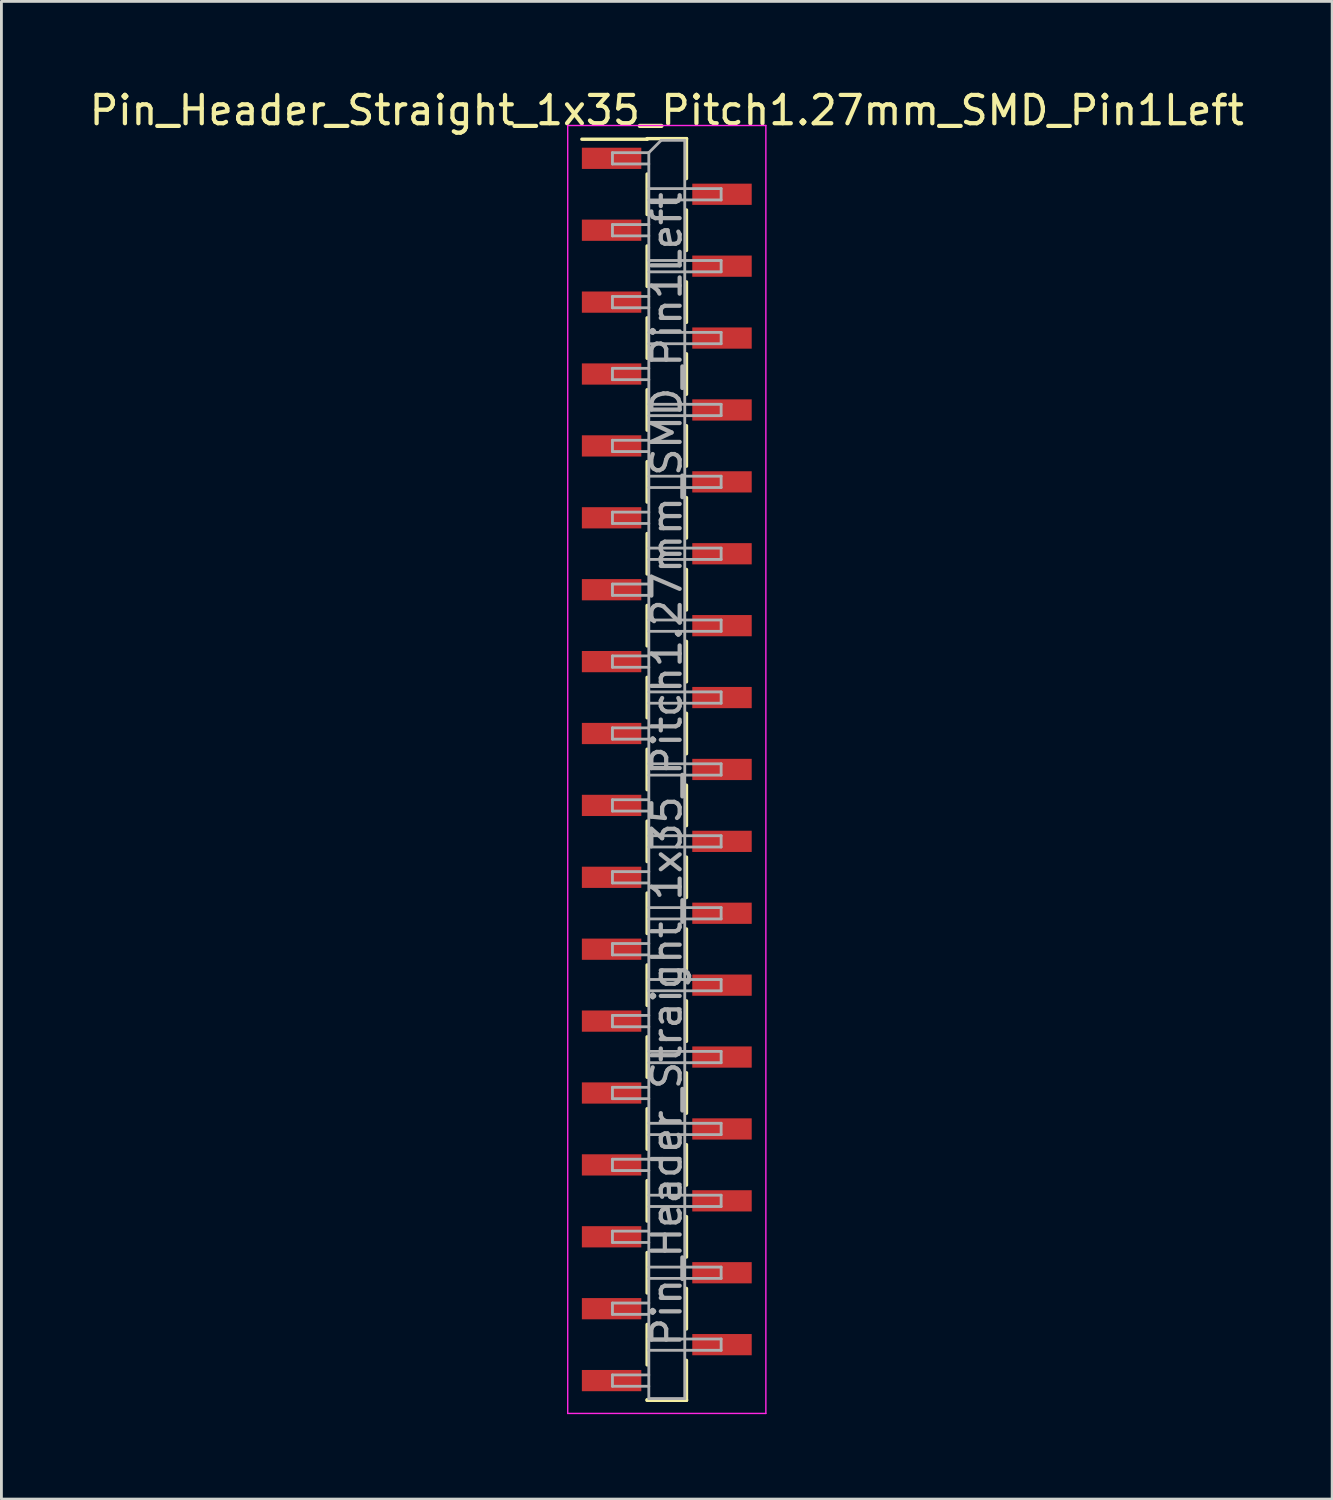
<source format=kicad_pcb>
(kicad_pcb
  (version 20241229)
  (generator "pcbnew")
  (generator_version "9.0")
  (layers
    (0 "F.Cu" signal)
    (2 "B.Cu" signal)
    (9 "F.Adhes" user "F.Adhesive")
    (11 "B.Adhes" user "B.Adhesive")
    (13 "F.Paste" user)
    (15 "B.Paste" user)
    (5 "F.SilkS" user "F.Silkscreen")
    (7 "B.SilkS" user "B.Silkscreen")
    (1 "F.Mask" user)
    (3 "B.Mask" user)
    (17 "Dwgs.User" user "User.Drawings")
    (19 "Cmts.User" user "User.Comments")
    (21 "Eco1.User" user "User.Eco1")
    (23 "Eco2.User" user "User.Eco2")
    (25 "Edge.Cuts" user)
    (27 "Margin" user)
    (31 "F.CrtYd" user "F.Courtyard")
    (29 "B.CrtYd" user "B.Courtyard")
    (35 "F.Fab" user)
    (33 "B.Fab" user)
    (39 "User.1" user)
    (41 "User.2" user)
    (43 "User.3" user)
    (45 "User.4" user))
  (footprint "Pin_Header_Straight_1x35_Pitch1.27mm_SMD_Pin1Left"
    (layer "F.Cu")
    (at 20.506 24.133)
    (property "Reference" "Pin_Header_Straight_1x35_Pitch1.27mm_SMD_Pin1Left" (at 0 -23.285 0) (layer "F.SilkS") (effects (font (size 1 1) (thickness 0.15))))
    (attr smd)
    (fp_line (start -0.695 -22.285) (end 0.695 -22.285) (stroke (width 0.12) (type solid)) (layer "F.SilkS"))
    (fp_line (start -0.695 -22.265) (end -3 -22.265) (stroke (width 0.12) (type solid)) (layer "F.SilkS"))
    (fp_line (start -0.695 -22.265) (end -0.695 -22.285) (stroke (width 0.12) (type solid)) (layer "F.SilkS"))
    (fp_line (start -0.695 -21.035) (end -0.695 -19.605) (stroke (width 0.12) (type solid)) (layer "F.SilkS"))
    (fp_line (start -0.695 -18.495) (end -0.695 -17.065) (stroke (width 0.12) (type solid)) (layer "F.SilkS"))
    (fp_line (start -0.695 -15.955) (end -0.695 -14.525) (stroke (width 0.12) (type solid)) (layer "F.SilkS"))
    (fp_line (start -0.695 -13.415) (end -0.695 -11.985) (stroke (width 0.12) (type solid)) (layer "F.SilkS"))
    (fp_line (start -0.695 -10.875) (end -0.695 -9.445) (stroke (width 0.12) (type solid)) (layer "F.SilkS"))
    (fp_line (start -0.695 -8.335) (end -0.695 -6.905) (stroke (width 0.12) (type solid)) (layer "F.SilkS"))
    (fp_line (start -0.695 -5.795) (end -0.695 -4.365) (stroke (width 0.12) (type solid)) (layer "F.SilkS"))
    (fp_line (start -0.695 -3.255) (end -0.695 -1.825) (stroke (width 0.12) (type solid)) (layer "F.SilkS"))
    (fp_line (start -0.695 -0.715) (end -0.695 0.715) (stroke (width 0.12) (type solid)) (layer "F.SilkS"))
    (fp_line (start -0.695 1.825) (end -0.695 3.255) (stroke (width 0.12) (type solid)) (layer "F.SilkS"))
    (fp_line (start -0.695 4.365) (end -0.695 5.795) (stroke (width 0.12) (type solid)) (layer "F.SilkS"))
    (fp_line (start -0.695 6.905) (end -0.695 8.335) (stroke (width 0.12) (type solid)) (layer "F.SilkS"))
    (fp_line (start -0.695 9.445) (end -0.695 10.875) (stroke (width 0.12) (type solid)) (layer "F.SilkS"))
    (fp_line (start -0.695 11.985) (end -0.695 13.415) (stroke (width 0.12) (type solid)) (layer "F.SilkS"))
    (fp_line (start -0.695 14.525) (end -0.695 15.955) (stroke (width 0.12) (type solid)) (layer "F.SilkS"))
    (fp_line (start -0.695 17.065) (end -0.695 18.495) (stroke (width 0.12) (type solid)) (layer "F.SilkS"))
    (fp_line (start -0.695 19.605) (end -0.695 21.035) (stroke (width 0.12) (type solid)) (layer "F.SilkS"))
    (fp_line (start -0.695 22.265) (end -0.695 22.285) (stroke (width 0.12) (type solid)) (layer "F.SilkS"))
    (fp_line (start -0.695 22.285) (end 0.695 22.285) (stroke (width 0.12) (type solid)) (layer "F.SilkS"))
    (fp_line (start 0.695 -22.285) (end 0.695 -22.265) (stroke (width 0.12) (type solid)) (layer "F.SilkS"))
    (fp_line (start 0.695 -22.285) (end 0.695 -20.875) (stroke (width 0.12) (type solid)) (layer "F.SilkS"))
    (fp_line (start 0.695 -19.765) (end 0.695 -18.335) (stroke (width 0.12) (type solid)) (layer "F.SilkS"))
    (fp_line (start 0.695 -17.225) (end 0.695 -15.795) (stroke (width 0.12) (type solid)) (layer "F.SilkS"))
    (fp_line (start 0.695 -14.685) (end 0.695 -13.255) (stroke (width 0.12) (type solid)) (layer "F.SilkS"))
    (fp_line (start 0.695 -12.145) (end 0.695 -10.715) (stroke (width 0.12) (type solid)) (layer "F.SilkS"))
    (fp_line (start 0.695 -9.605) (end 0.695 -8.175) (stroke (width 0.12) (type solid)) (layer "F.SilkS"))
    (fp_line (start 0.695 -7.065) (end 0.695 -5.635) (stroke (width 0.12) (type solid)) (layer "F.SilkS"))
    (fp_line (start 0.695 -4.525) (end 0.695 -3.095) (stroke (width 0.12) (type solid)) (layer "F.SilkS"))
    (fp_line (start 0.695 -1.985) (end 0.695 -0.555) (stroke (width 0.12) (type solid)) (layer "F.SilkS"))
    (fp_line (start 0.695 0.555) (end 0.695 1.985) (stroke (width 0.12) (type solid)) (layer "F.SilkS"))
    (fp_line (start 0.695 3.095) (end 0.695 4.525) (stroke (width 0.12) (type solid)) (layer "F.SilkS"))
    (fp_line (start 0.695 5.635) (end 0.695 7.065) (stroke (width 0.12) (type solid)) (layer "F.SilkS"))
    (fp_line (start 0.695 8.175) (end 0.695 9.605) (stroke (width 0.12) (type solid)) (layer "F.SilkS"))
    (fp_line (start 0.695 10.715) (end 0.695 12.145) (stroke (width 0.12) (type solid)) (layer "F.SilkS"))
    (fp_line (start 0.695 13.255) (end 0.695 14.685) (stroke (width 0.12) (type solid)) (layer "F.SilkS"))
    (fp_line (start 0.695 15.795) (end 0.695 17.225) (stroke (width 0.12) (type solid)) (layer "F.SilkS"))
    (fp_line (start 0.695 18.335) (end 0.695 19.765) (stroke (width 0.12) (type solid)) (layer "F.SilkS"))
    (fp_line (start 0.695 20.875) (end 0.695 22.285) (stroke (width 0.12) (type solid)) (layer "F.SilkS"))
    (fp_line (start 0.695 22.285) (end 0.695 22.265) (stroke (width 0.12) (type solid)) (layer "F.SilkS"))
    (fp_line (start -3.5 -22.75) (end -3.5 22.75) (stroke (width 0.05) (type solid)) (layer "F.CrtYd"))
    (fp_line (start -3.5 22.75) (end 3.5 22.75) (stroke (width 0.05) (type solid)) (layer "F.CrtYd"))
    (fp_line (start 3.5 -22.75) (end -3.5 -22.75) (stroke (width 0.05) (type solid)) (layer "F.CrtYd"))
    (fp_line (start 3.5 22.75) (end 3.5 -22.75) (stroke (width 0.05) (type solid)) (layer "F.CrtYd"))
    (fp_line (start -1.92 -21.79) (end -1.92 -21.39) (stroke (width 0.1) (type solid)) (layer "F.Fab"))
    (fp_line (start -1.92 -21.39) (end -0.635 -21.39) (stroke (width 0.1) (type solid)) (layer "F.Fab"))
    (fp_line (start -1.92 -19.25) (end -1.92 -18.85) (stroke (width 0.1) (type solid)) (layer "F.Fab"))
    (fp_line (start -1.92 -18.85) (end -0.635 -18.85) (stroke (width 0.1) (type solid)) (layer "F.Fab"))
    (fp_line (start -1.92 -16.71) (end -1.92 -16.31) (stroke (width 0.1) (type solid)) (layer "F.Fab"))
    (fp_line (start -1.92 -16.31) (end -0.635 -16.31) (stroke (width 0.1) (type solid)) (layer "F.Fab"))
    (fp_line (start -1.92 -14.17) (end -1.92 -13.77) (stroke (width 0.1) (type solid)) (layer "F.Fab"))
    (fp_line (start -1.92 -13.77) (end -0.635 -13.77) (stroke (width 0.1) (type solid)) (layer "F.Fab"))
    (fp_line (start -1.92 -11.63) (end -1.92 -11.23) (stroke (width 0.1) (type solid)) (layer "F.Fab"))
    (fp_line (start -1.92 -11.23) (end -0.635 -11.23) (stroke (width 0.1) (type solid)) (layer "F.Fab"))
    (fp_line (start -1.92 -9.09) (end -1.92 -8.69) (stroke (width 0.1) (type solid)) (layer "F.Fab"))
    (fp_line (start -1.92 -8.69) (end -0.635 -8.69) (stroke (width 0.1) (type solid)) (layer "F.Fab"))
    (fp_line (start -1.92 -6.55) (end -1.92 -6.15) (stroke (width 0.1) (type solid)) (layer "F.Fab"))
    (fp_line (start -1.92 -6.15) (end -0.635 -6.15) (stroke (width 0.1) (type solid)) (layer "F.Fab"))
    (fp_line (start -1.92 -4.01) (end -1.92 -3.61) (stroke (width 0.1) (type solid)) (layer "F.Fab"))
    (fp_line (start -1.92 -3.61) (end -0.635 -3.61) (stroke (width 0.1) (type solid)) (layer "F.Fab"))
    (fp_line (start -1.92 -1.47) (end -1.92 -1.07) (stroke (width 0.1) (type solid)) (layer "F.Fab"))
    (fp_line (start -1.92 -1.07) (end -0.635 -1.07) (stroke (width 0.1) (type solid)) (layer "F.Fab"))
    (fp_line (start -1.92 1.07) (end -1.92 1.47) (stroke (width 0.1) (type solid)) (layer "F.Fab"))
    (fp_line (start -1.92 1.47) (end -0.635 1.47) (stroke (width 0.1) (type solid)) (layer "F.Fab"))
    (fp_line (start -1.92 3.61) (end -1.92 4.01) (stroke (width 0.1) (type solid)) (layer "F.Fab"))
    (fp_line (start -1.92 4.01) (end -0.635 4.01) (stroke (width 0.1) (type solid)) (layer "F.Fab"))
    (fp_line (start -1.92 6.15) (end -1.92 6.55) (stroke (width 0.1) (type solid)) (layer "F.Fab"))
    (fp_line (start -1.92 6.55) (end -0.635 6.55) (stroke (width 0.1) (type solid)) (layer "F.Fab"))
    (fp_line (start -1.92 8.69) (end -1.92 9.09) (stroke (width 0.1) (type solid)) (layer "F.Fab"))
    (fp_line (start -1.92 9.09) (end -0.635 9.09) (stroke (width 0.1) (type solid)) (layer "F.Fab"))
    (fp_line (start -1.92 11.23) (end -1.92 11.63) (stroke (width 0.1) (type solid)) (layer "F.Fab"))
    (fp_line (start -1.92 11.63) (end -0.635 11.63) (stroke (width 0.1) (type solid)) (layer "F.Fab"))
    (fp_line (start -1.92 13.77) (end -1.92 14.17) (stroke (width 0.1) (type solid)) (layer "F.Fab"))
    (fp_line (start -1.92 14.17) (end -0.635 14.17) (stroke (width 0.1) (type solid)) (layer "F.Fab"))
    (fp_line (start -1.92 16.31) (end -1.92 16.71) (stroke (width 0.1) (type solid)) (layer "F.Fab"))
    (fp_line (start -1.92 16.71) (end -0.635 16.71) (stroke (width 0.1) (type solid)) (layer "F.Fab"))
    (fp_line (start -1.92 18.85) (end -1.92 19.25) (stroke (width 0.1) (type solid)) (layer "F.Fab"))
    (fp_line (start -1.92 19.25) (end -0.635 19.25) (stroke (width 0.1) (type solid)) (layer "F.Fab"))
    (fp_line (start -1.92 21.39) (end -1.92 21.79) (stroke (width 0.1) (type solid)) (layer "F.Fab"))
    (fp_line (start -1.92 21.79) (end -0.635 21.79) (stroke (width 0.1) (type solid)) (layer "F.Fab"))
    (fp_line (start -0.635 -21.79) (end -1.92 -21.79) (stroke (width 0.1) (type solid)) (layer "F.Fab"))
    (fp_line (start -0.635 -21.79) (end -0.2 -22.225) (stroke (width 0.1) (type solid)) (layer "F.Fab"))
    (fp_line (start -0.635 -20.52) (end 1.92 -20.52) (stroke (width 0.1) (type solid)) (layer "F.Fab"))
    (fp_line (start -0.635 -19.25) (end -1.92 -19.25) (stroke (width 0.1) (type solid)) (layer "F.Fab"))
    (fp_line (start -0.635 -17.98) (end 1.92 -17.98) (stroke (width 0.1) (type solid)) (layer "F.Fab"))
    (fp_line (start -0.635 -16.71) (end -1.92 -16.71) (stroke (width 0.1) (type solid)) (layer "F.Fab"))
    (fp_line (start -0.635 -15.44) (end 1.92 -15.44) (stroke (width 0.1) (type solid)) (layer "F.Fab"))
    (fp_line (start -0.635 -14.17) (end -1.92 -14.17) (stroke (width 0.1) (type solid)) (layer "F.Fab"))
    (fp_line (start -0.635 -12.9) (end 1.92 -12.9) (stroke (width 0.1) (type solid)) (layer "F.Fab"))
    (fp_line (start -0.635 -11.63) (end -1.92 -11.63) (stroke (width 0.1) (type solid)) (layer "F.Fab"))
    (fp_line (start -0.635 -10.36) (end 1.92 -10.36) (stroke (width 0.1) (type solid)) (layer "F.Fab"))
    (fp_line (start -0.635 -9.09) (end -1.92 -9.09) (stroke (width 0.1) (type solid)) (layer "F.Fab"))
    (fp_line (start -0.635 -7.82) (end 1.92 -7.82) (stroke (width 0.1) (type solid)) (layer "F.Fab"))
    (fp_line (start -0.635 -6.55) (end -1.92 -6.55) (stroke (width 0.1) (type solid)) (layer "F.Fab"))
    (fp_line (start -0.635 -5.28) (end 1.92 -5.28) (stroke (width 0.1) (type solid)) (layer "F.Fab"))
    (fp_line (start -0.635 -4.01) (end -1.92 -4.01) (stroke (width 0.1) (type solid)) (layer "F.Fab"))
    (fp_line (start -0.635 -2.74) (end 1.92 -2.74) (stroke (width 0.1) (type solid)) (layer "F.Fab"))
    (fp_line (start -0.635 -1.47) (end -1.92 -1.47) (stroke (width 0.1) (type solid)) (layer "F.Fab"))
    (fp_line (start -0.635 -0.2) (end 1.92 -0.2) (stroke (width 0.1) (type solid)) (layer "F.Fab"))
    (fp_line (start -0.635 1.07) (end -1.92 1.07) (stroke (width 0.1) (type solid)) (layer "F.Fab"))
    (fp_line (start -0.635 2.34) (end 1.92 2.34) (stroke (width 0.1) (type solid)) (layer "F.Fab"))
    (fp_line (start -0.635 3.61) (end -1.92 3.61) (stroke (width 0.1) (type solid)) (layer "F.Fab"))
    (fp_line (start -0.635 4.88) (end 1.92 4.88) (stroke (width 0.1) (type solid)) (layer "F.Fab"))
    (fp_line (start -0.635 6.15) (end -1.92 6.15) (stroke (width 0.1) (type solid)) (layer "F.Fab"))
    (fp_line (start -0.635 7.42) (end 1.92 7.42) (stroke (width 0.1) (type solid)) (layer "F.Fab"))
    (fp_line (start -0.635 8.69) (end -1.92 8.69) (stroke (width 0.1) (type solid)) (layer "F.Fab"))
    (fp_line (start -0.635 9.96) (end 1.92 9.96) (stroke (width 0.1) (type solid)) (layer "F.Fab"))
    (fp_line (start -0.635 11.23) (end -1.92 11.23) (stroke (width 0.1) (type solid)) (layer "F.Fab"))
    (fp_line (start -0.635 12.5) (end 1.92 12.5) (stroke (width 0.1) (type solid)) (layer "F.Fab"))
    (fp_line (start -0.635 13.77) (end -1.92 13.77) (stroke (width 0.1) (type solid)) (layer "F.Fab"))
    (fp_line (start -0.635 15.04) (end 1.92 15.04) (stroke (width 0.1) (type solid)) (layer "F.Fab"))
    (fp_line (start -0.635 16.31) (end -1.92 16.31) (stroke (width 0.1) (type solid)) (layer "F.Fab"))
    (fp_line (start -0.635 17.58) (end 1.92 17.58) (stroke (width 0.1) (type solid)) (layer "F.Fab"))
    (fp_line (start -0.635 18.85) (end -1.92 18.85) (stroke (width 0.1) (type solid)) (layer "F.Fab"))
    (fp_line (start -0.635 20.12) (end 1.92 20.12) (stroke (width 0.1) (type solid)) (layer "F.Fab"))
    (fp_line (start -0.635 21.39) (end -1.92 21.39) (stroke (width 0.1) (type solid)) (layer "F.Fab"))
    (fp_line (start -0.635 22.225) (end -0.635 -21.79) (stroke (width 0.1) (type solid)) (layer "F.Fab"))
    (fp_line (start -0.2 -22.225) (end 0.635 -22.225) (stroke (width 0.1) (type solid)) (layer "F.Fab"))
    (fp_line (start 0.635 -22.225) (end 0.635 22.225) (stroke (width 0.1) (type solid)) (layer "F.Fab"))
    (fp_line (start 0.635 22.225) (end -0.635 22.225) (stroke (width 0.1) (type solid)) (layer "F.Fab"))
    (fp_line (start 1.92 -20.52) (end 1.92 -20.12) (stroke (width 0.1) (type solid)) (layer "F.Fab"))
    (fp_line (start 1.92 -20.12) (end -0.635 -20.12) (stroke (width 0.1) (type solid)) (layer "F.Fab"))
    (fp_line (start 1.92 -17.98) (end 1.92 -17.58) (stroke (width 0.1) (type solid)) (layer "F.Fab"))
    (fp_line (start 1.92 -17.58) (end -0.635 -17.58) (stroke (width 0.1) (type solid)) (layer "F.Fab"))
    (fp_line (start 1.92 -15.44) (end 1.92 -15.04) (stroke (width 0.1) (type solid)) (layer "F.Fab"))
    (fp_line (start 1.92 -15.04) (end -0.635 -15.04) (stroke (width 0.1) (type solid)) (layer "F.Fab"))
    (fp_line (start 1.92 -12.9) (end 1.92 -12.5) (stroke (width 0.1) (type solid)) (layer "F.Fab"))
    (fp_line (start 1.92 -12.5) (end -0.635 -12.5) (stroke (width 0.1) (type solid)) (layer "F.Fab"))
    (fp_line (start 1.92 -10.36) (end 1.92 -9.96) (stroke (width 0.1) (type solid)) (layer "F.Fab"))
    (fp_line (start 1.92 -9.96) (end -0.635 -9.96) (stroke (width 0.1) (type solid)) (layer "F.Fab"))
    (fp_line (start 1.92 -7.82) (end 1.92 -7.42) (stroke (width 0.1) (type solid)) (layer "F.Fab"))
    (fp_line (start 1.92 -7.42) (end -0.635 -7.42) (stroke (width 0.1) (type solid)) (layer "F.Fab"))
    (fp_line (start 1.92 -5.28) (end 1.92 -4.88) (stroke (width 0.1) (type solid)) (layer "F.Fab"))
    (fp_line (start 1.92 -4.88) (end -0.635 -4.88) (stroke (width 0.1) (type solid)) (layer "F.Fab"))
    (fp_line (start 1.92 -2.74) (end 1.92 -2.34) (stroke (width 0.1) (type solid)) (layer "F.Fab"))
    (fp_line (start 1.92 -2.34) (end -0.635 -2.34) (stroke (width 0.1) (type solid)) (layer "F.Fab"))
    (fp_line (start 1.92 -0.2) (end 1.92 0.2) (stroke (width 0.1) (type solid)) (layer "F.Fab"))
    (fp_line (start 1.92 0.2) (end -0.635 0.2) (stroke (width 0.1) (type solid)) (layer "F.Fab"))
    (fp_line (start 1.92 2.34) (end 1.92 2.74) (stroke (width 0.1) (type solid)) (layer "F.Fab"))
    (fp_line (start 1.92 2.74) (end -0.635 2.74) (stroke (width 0.1) (type solid)) (layer "F.Fab"))
    (fp_line (start 1.92 4.88) (end 1.92 5.28) (stroke (width 0.1) (type solid)) (layer "F.Fab"))
    (fp_line (start 1.92 5.28) (end -0.635 5.28) (stroke (width 0.1) (type solid)) (layer "F.Fab"))
    (fp_line (start 1.92 7.42) (end 1.92 7.82) (stroke (width 0.1) (type solid)) (layer "F.Fab"))
    (fp_line (start 1.92 7.82) (end -0.635 7.82) (stroke (width 0.1) (type solid)) (layer "F.Fab"))
    (fp_line (start 1.92 9.96) (end 1.92 10.36) (stroke (width 0.1) (type solid)) (layer "F.Fab"))
    (fp_line (start 1.92 10.36) (end -0.635 10.36) (stroke (width 0.1) (type solid)) (layer "F.Fab"))
    (fp_line (start 1.92 12.5) (end 1.92 12.9) (stroke (width 0.1) (type solid)) (layer "F.Fab"))
    (fp_line (start 1.92 12.9) (end -0.635 12.9) (stroke (width 0.1) (type solid)) (layer "F.Fab"))
    (fp_line (start 1.92 15.04) (end 1.92 15.44) (stroke (width 0.1) (type solid)) (layer "F.Fab"))
    (fp_line (start 1.92 15.44) (end -0.635 15.44) (stroke (width 0.1) (type solid)) (layer "F.Fab"))
    (fp_line (start 1.92 17.58) (end 1.92 17.98) (stroke (width 0.1) (type solid)) (layer "F.Fab"))
    (fp_line (start 1.92 17.98) (end -0.635 17.98) (stroke (width 0.1) (type solid)) (layer "F.Fab"))
    (fp_line (start 1.92 20.12) (end 1.92 20.52) (stroke (width 0.1) (type solid)) (layer "F.Fab"))
    (fp_line (start 1.92 20.52) (end -0.635 20.52) (stroke (width 0.1) (type solid)) (layer "F.Fab"))
    (fp_text user "${REFERENCE}" (at 0 0 90) (layer "F.Fab") (effects (font (size 1 1) (thickness 0.15))))
    (pad "1" smd rect (at -1.95 -21.59) (size 2.1 0.75) (layers "F.Cu" "F.Mask"))
    (pad "2" smd rect (at 1.95 -20.32) (size 2.1 0.75) (layers "F.Cu" "F.Mask"))
    (pad "3" smd rect (at -1.95 -19.05) (size 2.1 0.75) (layers "F.Cu" "F.Mask"))
    (pad "4" smd rect (at 1.95 -17.78) (size 2.1 0.75) (layers "F.Cu" "F.Mask"))
    (pad "5" smd rect (at -1.95 -16.51) (size 2.1 0.75) (layers "F.Cu" "F.Mask"))
    (pad "6" smd rect (at 1.95 -15.24) (size 2.1 0.75) (layers "F.Cu" "F.Mask"))
    (pad "7" smd rect (at -1.95 -13.97) (size 2.1 0.75) (layers "F.Cu" "F.Mask"))
    (pad "8" smd rect (at 1.95 -12.7) (size 2.1 0.75) (layers "F.Cu" "F.Mask"))
    (pad "9" smd rect (at -1.95 -11.43) (size 2.1 0.75) (layers "F.Cu" "F.Mask"))
    (pad "10" smd rect (at 1.95 -10.16) (size 2.1 0.75) (layers "F.Cu" "F.Mask"))
    (pad "11" smd rect (at -1.95 -8.89) (size 2.1 0.75) (layers "F.Cu" "F.Mask"))
    (pad "12" smd rect (at 1.95 -7.62) (size 2.1 0.75) (layers "F.Cu" "F.Mask"))
    (pad "13" smd rect (at -1.95 -6.35) (size 2.1 0.75) (layers "F.Cu" "F.Mask"))
    (pad "14" smd rect (at 1.95 -5.08) (size 2.1 0.75) (layers "F.Cu" "F.Mask"))
    (pad "15" smd rect (at -1.95 -3.81) (size 2.1 0.75) (layers "F.Cu" "F.Mask"))
    (pad "16" smd rect (at 1.95 -2.54) (size 2.1 0.75) (layers "F.Cu" "F.Mask"))
    (pad "17" smd rect (at -1.95 -1.27) (size 2.1 0.75) (layers "F.Cu" "F.Mask"))
    (pad "18" smd rect (at 1.95 0) (size 2.1 0.75) (layers "F.Cu" "F.Mask"))
    (pad "19" smd rect (at -1.95 1.27) (size 2.1 0.75) (layers "F.Cu" "F.Mask"))
    (pad "20" smd rect (at 1.95 2.54) (size 2.1 0.75) (layers "F.Cu" "F.Mask"))
    (pad "21" smd rect (at -1.95 3.81) (size 2.1 0.75) (layers "F.Cu" "F.Mask"))
    (pad "22" smd rect (at 1.95 5.08) (size 2.1 0.75) (layers "F.Cu" "F.Mask"))
    (pad "23" smd rect (at -1.95 6.35) (size 2.1 0.75) (layers "F.Cu" "F.Mask"))
    (pad "24" smd rect (at 1.95 7.62) (size 2.1 0.75) (layers "F.Cu" "F.Mask"))
    (pad "25" smd rect (at -1.95 8.89) (size 2.1 0.75) (layers "F.Cu" "F.Mask"))
    (pad "26" smd rect (at 1.95 10.16) (size 2.1 0.75) (layers "F.Cu" "F.Mask"))
    (pad "27" smd rect (at -1.95 11.43) (size 2.1 0.75) (layers "F.Cu" "F.Mask"))
    (pad "28" smd rect (at 1.95 12.7) (size 2.1 0.75) (layers "F.Cu" "F.Mask"))
    (pad "29" smd rect (at -1.95 13.97) (size 2.1 0.75) (layers "F.Cu" "F.Mask"))
    (pad "30" smd rect (at 1.95 15.24) (size 2.1 0.75) (layers "F.Cu" "F.Mask"))
    (pad "31" smd rect (at -1.95 16.51) (size 2.1 0.75) (layers "F.Cu" "F.Mask"))
    (pad "32" smd rect (at 1.95 17.78) (size 2.1 0.75) (layers "F.Cu" "F.Mask"))
    (pad "33" smd rect (at -1.95 19.05) (size 2.1 0.75) (layers "F.Cu" "F.Mask"))
    (pad "34" smd rect (at 1.95 20.32) (size 2.1 0.75) (layers "F.Cu" "F.Mask"))
    (pad "35" smd rect (at -1.95 21.59) (size 2.1 0.75) (layers "F.Cu" "F.Mask")))
  (gr_rect
    (start -3 -3)
    (end 44.012 49.908)
    (stroke (width 0.1) (type default))
    (fill no)
    (layer "Edge.Cuts")))
</source>
